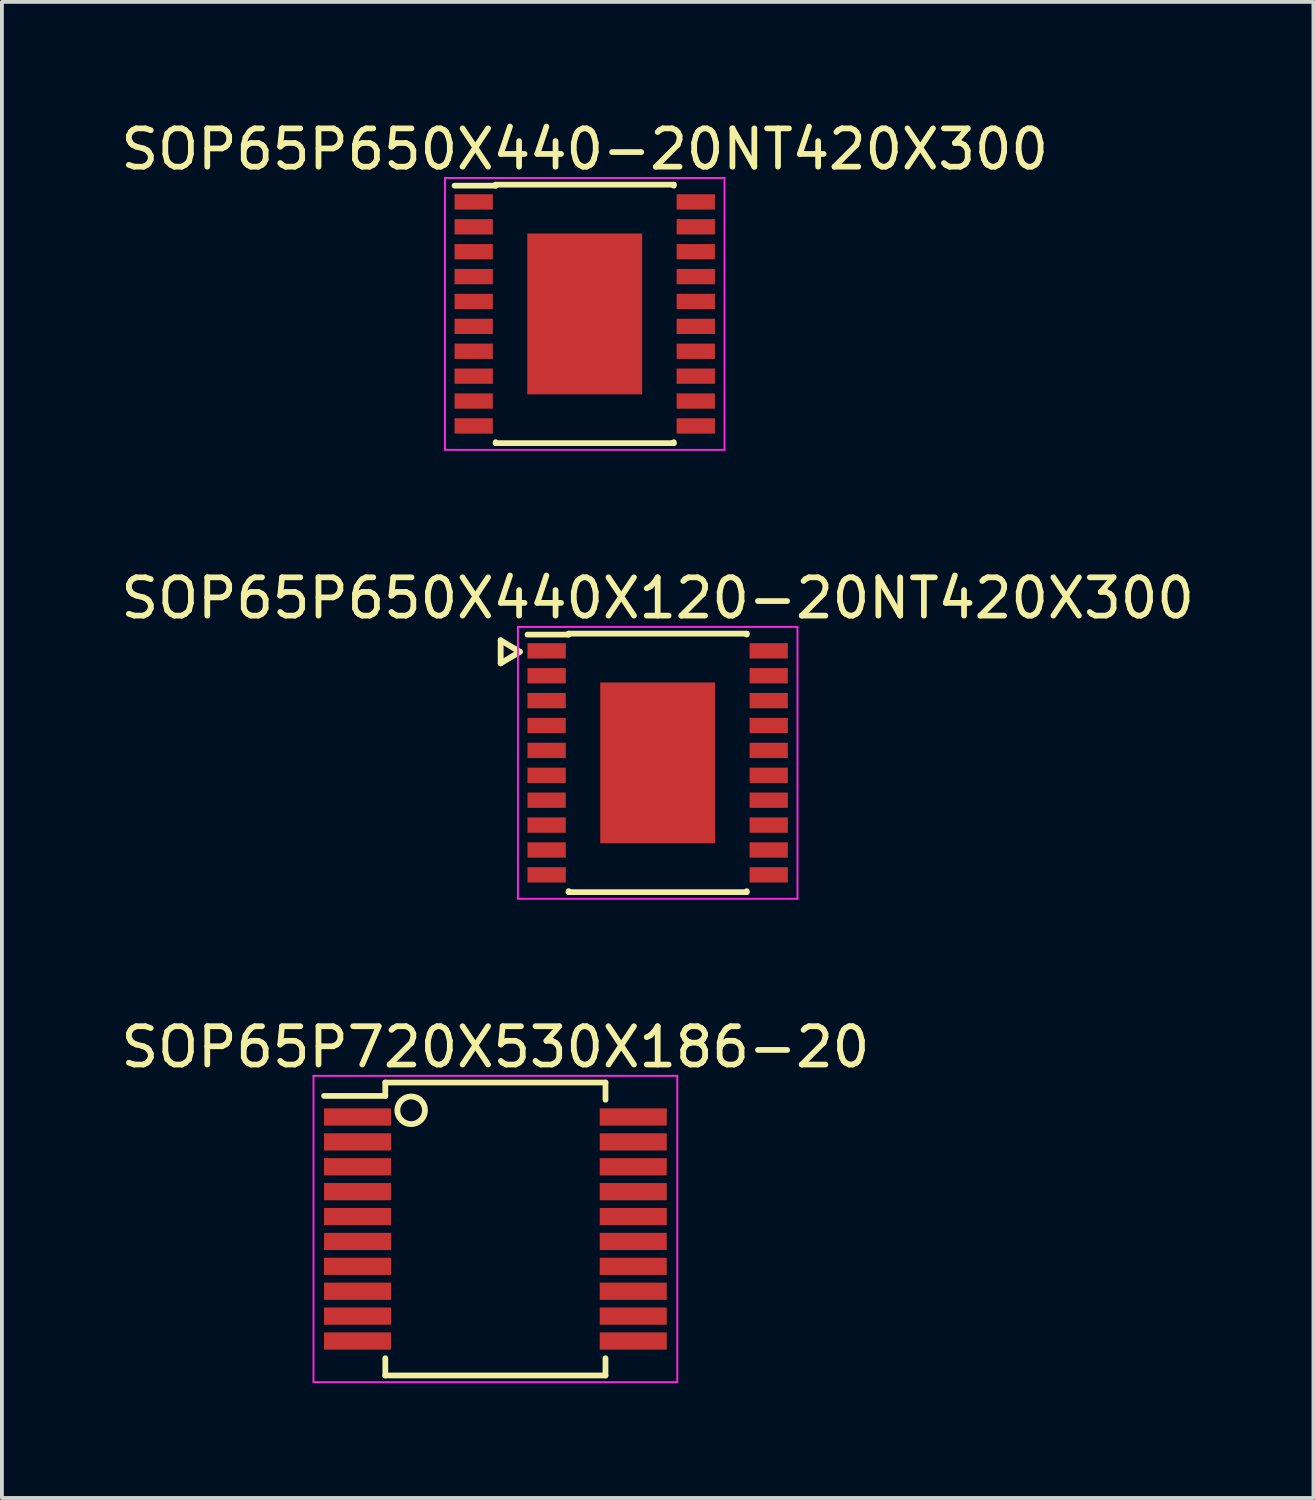
<source format=kicad_pcb>
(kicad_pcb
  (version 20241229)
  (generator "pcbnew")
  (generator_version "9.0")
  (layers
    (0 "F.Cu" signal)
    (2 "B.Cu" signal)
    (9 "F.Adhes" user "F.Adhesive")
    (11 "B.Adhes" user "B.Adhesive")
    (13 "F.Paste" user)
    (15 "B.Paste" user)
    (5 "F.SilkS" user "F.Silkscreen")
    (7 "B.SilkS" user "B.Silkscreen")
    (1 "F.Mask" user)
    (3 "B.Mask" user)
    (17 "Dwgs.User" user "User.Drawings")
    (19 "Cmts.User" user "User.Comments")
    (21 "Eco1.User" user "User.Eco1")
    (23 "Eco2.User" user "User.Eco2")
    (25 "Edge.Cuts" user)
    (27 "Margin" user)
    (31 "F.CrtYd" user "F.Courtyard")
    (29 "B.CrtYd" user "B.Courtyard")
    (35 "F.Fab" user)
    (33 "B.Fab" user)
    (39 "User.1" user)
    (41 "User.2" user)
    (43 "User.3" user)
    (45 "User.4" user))
  (footprint "SOP65P650X440X120-20NT420X300"
    (layer "F.Cu")
    (at 14.125 16.872)
    (property "Reference" "SOP65P650X440X120-20NT420X300" (at 0 -4.3 0) (layer "F.SilkS") (effects (font (size 1 1) (thickness 0.15))))
    (attr smd)
    (fp_line (start -4.1 -3.2) (end -4.1 -2.6) (stroke (width 0.152) (type solid)) (layer "F.SilkS"))
    (fp_line (start -4.1 -2.6) (end -3.6 -2.9) (stroke (width 0.152) (type solid)) (layer "F.SilkS"))
    (fp_line (start -3.6 -2.9) (end -4.1 -3.2) (stroke (width 0.152) (type solid)) (layer "F.SilkS"))
    (fp_line (start -2.325 -3.375) (end -2.325 -3.35) (stroke (width 0.15) (type solid)) (layer "F.SilkS"))
    (fp_line (start -2.325 -3.375) (end 2.325 -3.375) (stroke (width 0.15) (type solid)) (layer "F.SilkS"))
    (fp_line (start -2.325 -3.35) (end -3.4 -3.35) (stroke (width 0.15) (type solid)) (layer "F.SilkS"))
    (fp_line (start -2.325 3.375) (end -2.325 3.35) (stroke (width 0.15) (type solid)) (layer "F.SilkS"))
    (fp_line (start -2.325 3.375) (end 2.325 3.375) (stroke (width 0.15) (type solid)) (layer "F.SilkS"))
    (fp_line (start 2.325 -3.375) (end 2.325 -3.35) (stroke (width 0.15) (type solid)) (layer "F.SilkS"))
    (fp_line (start 2.325 3.375) (end 2.325 3.35) (stroke (width 0.15) (type solid)) (layer "F.SilkS"))
    (fp_line (start -3.65 -3.55) (end -3.65 3.55) (stroke (width 0.05) (type solid)) (layer "F.CrtYd"))
    (fp_line (start -3.65 -3.55) (end 3.65 -3.55) (stroke (width 0.05) (type solid)) (layer "F.CrtYd"))
    (fp_line (start -3.65 3.55) (end 3.65 3.55) (stroke (width 0.05) (type solid)) (layer "F.CrtYd"))
    (fp_line (start 3.65 -3.55) (end 3.65 3.55) (stroke (width 0.05) (type solid)) (layer "F.CrtYd"))
    (pad "1" smd rect (at -2.9 -2.925) (size 1 0.4) (layers "F.Cu" "F.Mask" "F.Paste"))
    (pad "2" smd rect (at -2.9 -2.275) (size 1 0.4) (layers "F.Cu" "F.Mask" "F.Paste"))
    (pad "3" smd rect (at -2.9 -1.625) (size 1 0.4) (layers "F.Cu" "F.Mask" "F.Paste"))
    (pad "4" smd rect (at -2.9 -0.975) (size 1 0.4) (layers "F.Cu" "F.Mask" "F.Paste"))
    (pad "5" smd rect (at -2.9 -0.325) (size 1 0.4) (layers "F.Cu" "F.Mask" "F.Paste"))
    (pad "6" smd rect (at -2.9 0.325) (size 1 0.4) (layers "F.Cu" "F.Mask" "F.Paste"))
    (pad "7" smd rect (at -2.9 0.975) (size 1 0.4) (layers "F.Cu" "F.Mask" "F.Paste"))
    (pad "8" smd rect (at -2.9 1.625) (size 1 0.4) (layers "F.Cu" "F.Mask" "F.Paste"))
    (pad "9" smd rect (at -2.9 2.275) (size 1 0.4) (layers "F.Cu" "F.Mask" "F.Paste"))
    (pad "10" smd rect (at -2.9 2.925) (size 1 0.4) (layers "F.Cu" "F.Mask" "F.Paste"))
    (pad "11" smd rect (at 2.9 2.925) (size 1 0.4) (layers "F.Cu" "F.Mask" "F.Paste"))
    (pad "12" smd rect (at 2.9 2.275) (size 1 0.4) (layers "F.Cu" "F.Mask" "F.Paste"))
    (pad "13" smd rect (at 2.9 1.625) (size 1 0.4) (layers "F.Cu" "F.Mask" "F.Paste"))
    (pad "14" smd rect (at 2.9 0.975) (size 1 0.4) (layers "F.Cu" "F.Mask" "F.Paste"))
    (pad "15" smd rect (at 2.9 0.325) (size 1 0.4) (layers "F.Cu" "F.Mask" "F.Paste"))
    (pad "16" smd rect (at 2.9 -0.325) (size 1 0.4) (layers "F.Cu" "F.Mask" "F.Paste"))
    (pad "17" smd rect (at 2.9 -0.975) (size 1 0.4) (layers "F.Cu" "F.Mask" "F.Paste"))
    (pad "18" smd rect (at 2.9 -1.625) (size 1 0.4) (layers "F.Cu" "F.Mask" "F.Paste"))
    (pad "19" smd rect (at 2.9 -2.275) (size 1 0.4) (layers "F.Cu" "F.Mask" "F.Paste"))
    (pad "20" smd rect (at 2.9 -2.925) (size 1 0.4) (layers "F.Cu" "F.Mask" "F.Paste"))
    (pad "21" smd rect (at 0 0) (size 3 4.2) (layers "F.Cu" "F.Mask" "F.Paste")))
  (footprint "SOP65P720X530X186-20"
    (layer "F.Cu")
    (at 9.887 29.045)
    (property "Reference" "SOP65P720X530X186-20" (at 0 -4.75 0) (layer "F.SilkS") (effects (font (size 1 1) (thickness 0.15))))
    (attr smd)
    (fp_line (start -2.875 -3.825) (end -2.875 -3.475) (stroke (width 0.15) (type solid)) (layer "F.SilkS"))
    (fp_line (start -2.875 -3.825) (end 2.875 -3.825) (stroke (width 0.15) (type solid)) (layer "F.SilkS"))
    (fp_line (start -2.875 -3.475) (end -4.475 -3.475) (stroke (width 0.15) (type solid)) (layer "F.SilkS"))
    (fp_line (start -2.875 3.825) (end -2.875 3.375) (stroke (width 0.15) (type solid)) (layer "F.SilkS"))
    (fp_line (start -2.875 3.825) (end 2.875 3.825) (stroke (width 0.15) (type solid)) (layer "F.SilkS"))
    (fp_line (start 2.875 -3.825) (end 2.875 -3.375) (stroke (width 0.15) (type solid)) (layer "F.SilkS"))
    (fp_line (start 2.875 3.825) (end 2.875 3.375) (stroke (width 0.15) (type solid)) (layer "F.SilkS"))
    (fp_circle (center -2.2 -3.1) (end -2 -2.8) (stroke (width 0.152) (type solid)) (fill no) (layer "F.SilkS"))
    (fp_line (start -4.75 -4) (end -4.75 4) (stroke (width 0.05) (type solid)) (layer "F.CrtYd"))
    (fp_line (start -4.75 -4) (end 4.75 -4) (stroke (width 0.05) (type solid)) (layer "F.CrtYd"))
    (fp_line (start -4.75 4) (end 4.75 4) (stroke (width 0.05) (type solid)) (layer "F.CrtYd"))
    (fp_line (start 4.75 -4) (end 4.75 4) (stroke (width 0.05) (type solid)) (layer "F.CrtYd"))
    (pad "1" smd rect (at -3.6 -2.925) (size 1.75 0.45) (layers "F.Cu" "F.Mask" "F.Paste"))
    (pad "2" smd rect (at -3.6 -2.275) (size 1.75 0.45) (layers "F.Cu" "F.Mask" "F.Paste"))
    (pad "3" smd rect (at -3.6 -1.625) (size 1.75 0.45) (layers "F.Cu" "F.Mask" "F.Paste"))
    (pad "4" smd rect (at -3.6 -0.975) (size 1.75 0.45) (layers "F.Cu" "F.Mask" "F.Paste"))
    (pad "5" smd rect (at -3.6 -0.325) (size 1.75 0.45) (layers "F.Cu" "F.Mask" "F.Paste"))
    (pad "6" smd rect (at -3.6 0.325) (size 1.75 0.45) (layers "F.Cu" "F.Mask" "F.Paste"))
    (pad "7" smd rect (at -3.6 0.975) (size 1.75 0.45) (layers "F.Cu" "F.Mask" "F.Paste"))
    (pad "8" smd rect (at -3.6 1.625) (size 1.75 0.45) (layers "F.Cu" "F.Mask" "F.Paste"))
    (pad "9" smd rect (at -3.6 2.275) (size 1.75 0.45) (layers "F.Cu" "F.Mask" "F.Paste"))
    (pad "10" smd rect (at -3.6 2.925) (size 1.75 0.45) (layers "F.Cu" "F.Mask" "F.Paste"))
    (pad "11" smd rect (at 3.6 2.925) (size 1.75 0.45) (layers "F.Cu" "F.Mask" "F.Paste"))
    (pad "12" smd rect (at 3.6 2.275) (size 1.75 0.45) (layers "F.Cu" "F.Mask" "F.Paste"))
    (pad "13" smd rect (at 3.6 1.625) (size 1.75 0.45) (layers "F.Cu" "F.Mask" "F.Paste"))
    (pad "14" smd rect (at 3.6 0.975) (size 1.75 0.45) (layers "F.Cu" "F.Mask" "F.Paste"))
    (pad "15" smd rect (at 3.6 0.325) (size 1.75 0.45) (layers "F.Cu" "F.Mask" "F.Paste"))
    (pad "16" smd rect (at 3.6 -0.325) (size 1.75 0.45) (layers "F.Cu" "F.Mask" "F.Paste"))
    (pad "17" smd rect (at 3.6 -0.975) (size 1.75 0.45) (layers "F.Cu" "F.Mask" "F.Paste"))
    (pad "18" smd rect (at 3.6 -1.625) (size 1.75 0.45) (layers "F.Cu" "F.Mask" "F.Paste"))
    (pad "19" smd rect (at 3.6 -2.275) (size 1.75 0.45) (layers "F.Cu" "F.Mask" "F.Paste"))
    (pad "20" smd rect (at 3.6 -2.925) (size 1.75 0.45) (layers "F.Cu" "F.Mask" "F.Paste")))
  (footprint "SOP65P650X440-20NT420X300"
    (layer "F.Cu")
    (at 12.22 5.148)
    (property "Reference" "SOP65P650X440-20NT420X300" (at 0 -4.3 0) (layer "F.SilkS") (effects (font (size 1 1) (thickness 0.15))))
    (attr smd)
    (fp_line (start -2.325 -3.375) (end -2.325 -3.35) (stroke (width 0.15) (type solid)) (layer "F.SilkS"))
    (fp_line (start -2.325 -3.375) (end 2.325 -3.375) (stroke (width 0.15) (type solid)) (layer "F.SilkS"))
    (fp_line (start -2.325 -3.35) (end -3.4 -3.35) (stroke (width 0.15) (type solid)) (layer "F.SilkS"))
    (fp_line (start -2.325 3.375) (end -2.325 3.35) (stroke (width 0.15) (type solid)) (layer "F.SilkS"))
    (fp_line (start -2.325 3.375) (end 2.325 3.375) (stroke (width 0.15) (type solid)) (layer "F.SilkS"))
    (fp_line (start 2.325 -3.375) (end 2.325 -3.35) (stroke (width 0.15) (type solid)) (layer "F.SilkS"))
    (fp_line (start 2.325 3.375) (end 2.325 3.35) (stroke (width 0.15) (type solid)) (layer "F.SilkS"))
    (fp_line (start -3.65 -3.55) (end -3.65 3.55) (stroke (width 0.05) (type solid)) (layer "F.CrtYd"))
    (fp_line (start -3.65 -3.55) (end 3.65 -3.55) (stroke (width 0.05) (type solid)) (layer "F.CrtYd"))
    (fp_line (start -3.65 3.55) (end 3.65 3.55) (stroke (width 0.05) (type solid)) (layer "F.CrtYd"))
    (fp_line (start 3.65 -3.55) (end 3.65 3.55) (stroke (width 0.05) (type solid)) (layer "F.CrtYd"))
    (pad "1" smd rect (at -2.9 -2.925) (size 1 0.4) (layers "F.Cu" "F.Mask" "F.Paste"))
    (pad "2" smd rect (at -2.9 -2.275) (size 1 0.4) (layers "F.Cu" "F.Mask" "F.Paste"))
    (pad "3" smd rect (at -2.9 -1.625) (size 1 0.4) (layers "F.Cu" "F.Mask" "F.Paste"))
    (pad "4" smd rect (at -2.9 -0.975) (size 1 0.4) (layers "F.Cu" "F.Mask" "F.Paste"))
    (pad "5" smd rect (at -2.9 -0.325) (size 1 0.4) (layers "F.Cu" "F.Mask" "F.Paste"))
    (pad "6" smd rect (at -2.9 0.325) (size 1 0.4) (layers "F.Cu" "F.Mask" "F.Paste"))
    (pad "7" smd rect (at -2.9 0.975) (size 1 0.4) (layers "F.Cu" "F.Mask" "F.Paste"))
    (pad "8" smd rect (at -2.9 1.625) (size 1 0.4) (layers "F.Cu" "F.Mask" "F.Paste"))
    (pad "9" smd rect (at -2.9 2.275) (size 1 0.4) (layers "F.Cu" "F.Mask" "F.Paste"))
    (pad "10" smd rect (at -2.9 2.925) (size 1 0.4) (layers "F.Cu" "F.Mask" "F.Paste"))
    (pad "11" smd rect (at 2.9 2.925) (size 1 0.4) (layers "F.Cu" "F.Mask" "F.Paste"))
    (pad "12" smd rect (at 2.9 2.275) (size 1 0.4) (layers "F.Cu" "F.Mask" "F.Paste"))
    (pad "13" smd rect (at 2.9 1.625) (size 1 0.4) (layers "F.Cu" "F.Mask" "F.Paste"))
    (pad "14" smd rect (at 2.9 0.975) (size 1 0.4) (layers "F.Cu" "F.Mask" "F.Paste"))
    (pad "15" smd rect (at 2.9 0.325) (size 1 0.4) (layers "F.Cu" "F.Mask" "F.Paste"))
    (pad "16" smd rect (at 2.9 -0.325) (size 1 0.4) (layers "F.Cu" "F.Mask" "F.Paste"))
    (pad "17" smd rect (at 2.9 -0.975) (size 1 0.4) (layers "F.Cu" "F.Mask" "F.Paste"))
    (pad "18" smd rect (at 2.9 -1.625) (size 1 0.4) (layers "F.Cu" "F.Mask" "F.Paste"))
    (pad "19" smd rect (at 2.9 -2.275) (size 1 0.4) (layers "F.Cu" "F.Mask" "F.Paste"))
    (pad "20" smd rect (at 2.9 -2.925) (size 1 0.4) (layers "F.Cu" "F.Mask" "F.Paste"))
    (pad "21" smd rect (at 0 0) (size 3 4.2) (layers "F.Cu" "F.Mask" "F.Paste")))
  (gr_rect
    (start -3 -3)
    (end 31.25 36.07)
    (stroke (width 0.1) (type default))
    (fill no)
    (layer "Edge.Cuts")))
</source>
